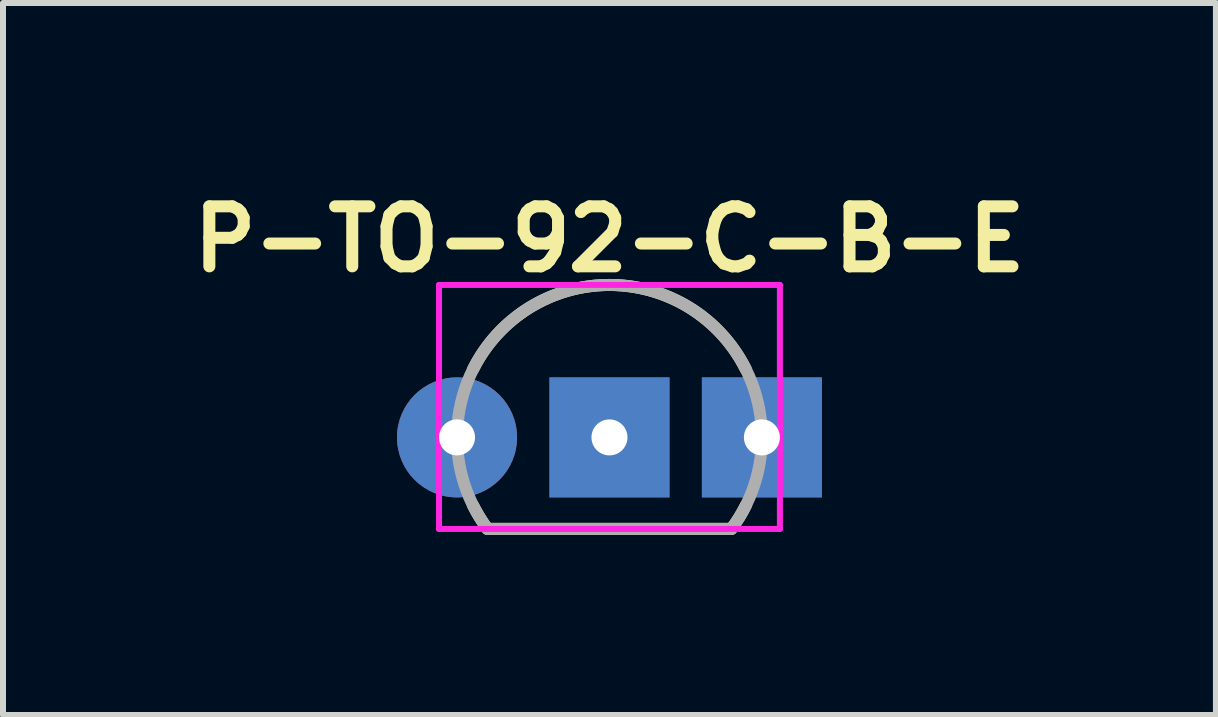
<source format=kicad_pcb>
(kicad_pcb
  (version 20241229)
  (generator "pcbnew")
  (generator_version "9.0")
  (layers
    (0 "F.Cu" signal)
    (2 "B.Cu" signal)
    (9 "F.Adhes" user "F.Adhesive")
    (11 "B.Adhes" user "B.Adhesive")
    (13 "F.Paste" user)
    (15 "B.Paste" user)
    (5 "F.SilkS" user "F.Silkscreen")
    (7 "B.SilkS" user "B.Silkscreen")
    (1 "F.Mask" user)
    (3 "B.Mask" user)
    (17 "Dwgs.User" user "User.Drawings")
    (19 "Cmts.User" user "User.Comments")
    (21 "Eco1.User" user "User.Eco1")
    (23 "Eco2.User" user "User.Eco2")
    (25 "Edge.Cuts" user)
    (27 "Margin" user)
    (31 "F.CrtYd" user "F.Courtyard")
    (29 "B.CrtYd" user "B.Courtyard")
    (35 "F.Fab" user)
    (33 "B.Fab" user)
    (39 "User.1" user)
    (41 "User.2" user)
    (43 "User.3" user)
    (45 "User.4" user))
  (footprint "P-TO-92-C-B-E"
    (layer "F.Cu")
    (at 7.105 4.238)
    (property "Reference" "P-TO-92-C-B-E" (at 0 -3.302 0) (layer "F.SilkS") (effects (font (size 1 1) (thickness 0.2))))
    (attr through_hole)
    (fp_line (start -2.032 1.524) (end 2.032 1.524) (stroke (width 0.2) (type solid)) (layer "F.SilkS"))
    (fp_arc (start -2.271152 -1.137308) (mid -1.334698 -2.16106) (end 0 -2.54) (stroke (width 0.2) (type solid)) (layer "F.SilkS"))
    (fp_arc (start -2.032 1.524) (mid -2.160597 1.335449) (end -2.271749 1.136115) (stroke (width 0.2) (type solid)) (layer "F.SilkS"))
    (fp_arc (start 0 -2.54) (mid 1.334698 -2.16106) (end 2.271152 -1.137308) (stroke (width 0.2) (type solid)) (layer "F.SilkS"))
    (fp_arc (start 2.271845 1.135922) (mid 2.160653 1.335357) (end 2.032 1.524) (stroke (width 0.2) (type solid)) (layer "F.SilkS"))
    (fp_line (start -2.84 -2.54) (end -2.84 1.525) (stroke (width 0.1) (type solid)) (layer "F.CrtYd"))
    (fp_line (start -2.84 -2.54) (end 2.84 -2.54) (stroke (width 0.1) (type solid)) (layer "F.CrtYd"))
    (fp_line (start -2.84 1.525) (end 2.84 1.525) (stroke (width 0.1) (type solid)) (layer "F.CrtYd"))
    (fp_line (start 2.84 -2.54) (end 2.84 1.525) (stroke (width 0.1) (type solid)) (layer "F.CrtYd"))
    (fp_line (start -2.031 1.525) (end 2.031 1.525) (stroke (width 0.2) (type solid)) (layer "F.Fab"))
    (fp_arc (start -2.03125 1.525) (mid 0.000084 -2.54) (end 2.031149 1.525135) (stroke (width 0.2) (type solid)) (layer "F.Fab"))
    (pad "B" thru_hole rect (at 0 0) (size 2 2) (drill 0.6) (layers "*.Cu" "*.Mask"))
    (pad "C" thru_hole circle (at -2.54 0) (size 2 2) (drill 0.6) (layers "*.Cu" "*.Mask"))
    (pad "E" thru_hole rect (at 2.54 0) (size 2 2) (drill 0.6) (layers "*.Cu" "*.Mask")))
  (gr_rect
    (start -3 -3)
    (end 17.21 8.863)
    (stroke (width 0.1) (type default))
    (fill no)
    (layer "Edge.Cuts")))
</source>
